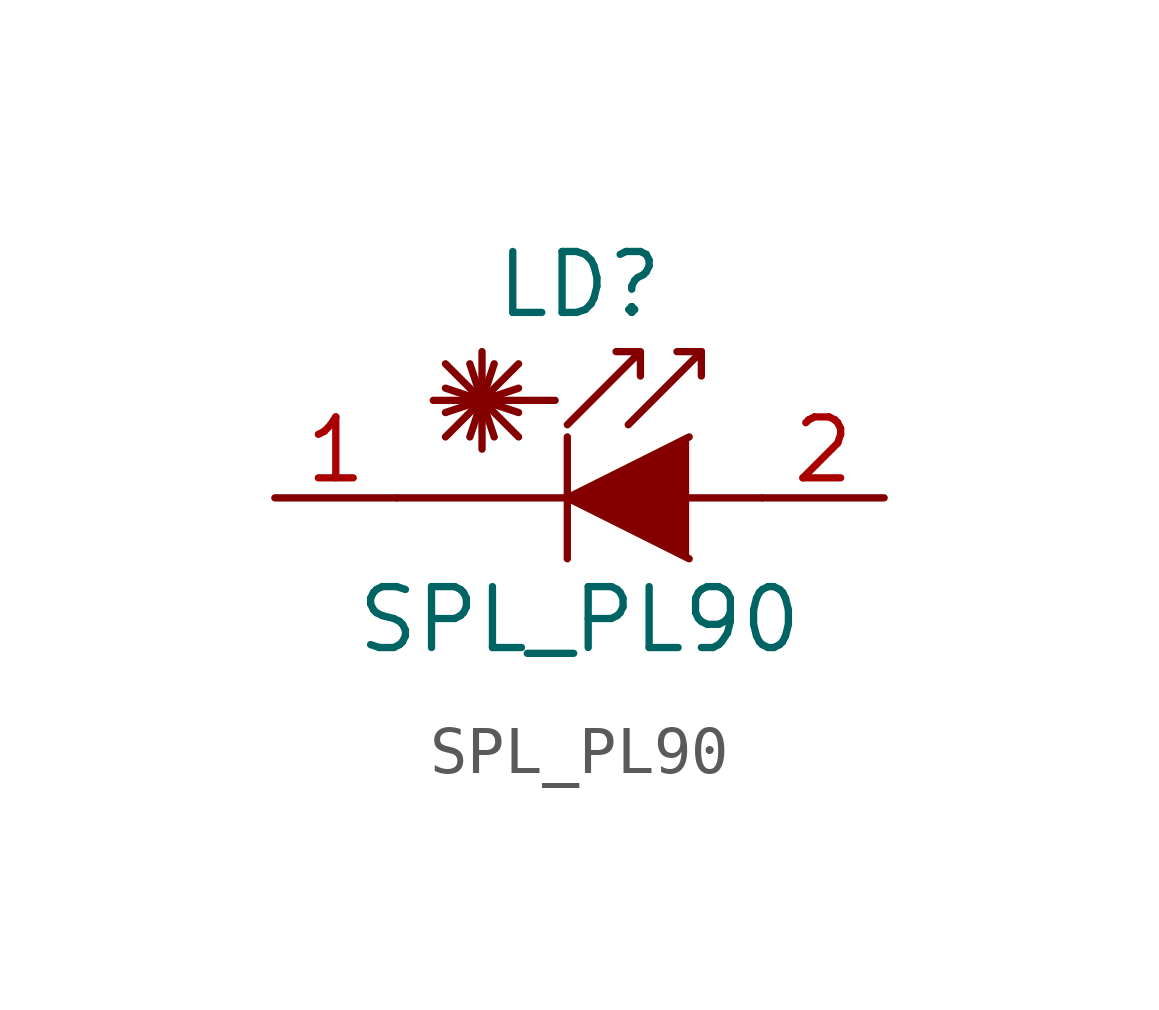
<source format=kicad_sym>
(kicad_symbol_lib
  (version 20220914)
  (generator kicad_symbol_editor)
  (symbol "SPL_PL90"
    (pin_names
      (offset 1.016) hide)
    (property "Reference" "LD"
      (at -1.27 4.445 0)
      (effects (font (size 1.27 1.27))))
    (property "Value" "SPL_PL90"
      (at -1.27 -2.54 0)
      (effects (font (size 1.27 1.27))))
    (symbol "SPL_PL90_0_1"
      (polyline (pts (xy -4.064 1.27) (xy -2.54 2.794)) (stroke (width 0) (type default)) (fill (type none)))
      (polyline (pts (xy -4.064 1.778) (xy -2.54 2.286)) (stroke (width 0) (type default)) (fill (type none)))
      (polyline (pts (xy -4.064 2.286) (xy -2.54 1.778)) (stroke (width 0) (type default)) (fill (type none)))
      (polyline (pts (xy -4.064 2.794) (xy -2.54 1.27)) (stroke (width 0) (type default)) (fill (type none)))
      (polyline (pts (xy -3.556 2.794) (xy -3.048 1.27)) (stroke (width 0) (type default)) (fill (type none)))
      (polyline (pts (xy -3.302 2.032) (xy -3.302 1.016)) (stroke (width 0) (type default)) (fill (type none)))
      (polyline (pts (xy -3.302 2.032) (xy -3.302 3.048)) (stroke (width 0) (type default)) (fill (type none)))
      (polyline (pts (xy -3.048 2.794) (xy -3.556 1.27)) (stroke (width 0) (type default)) (fill (type none)))
      (polyline (pts (xy -1.778 2.032) (xy -4.318 2.032)) (stroke (width 0) (type default)) (fill (type none)))
      (polyline (pts (xy -1.524 1.27) (xy -1.524 -1.27)) (stroke (width 0.152) (type default)) (fill (type none)))
      (polyline (pts (xy 1.27 3.048) (xy 0.762 3.048)) (stroke (width 0) (type default)) (fill (type none)))
      (polyline (pts (xy 2.54 0) (xy -5.08 0)) (stroke (width 0) (type default)) (fill (type none)))
      (polyline (pts (xy -0.254 1.524) (xy 1.27 3.048) (xy 1.27 2.54)) (stroke (width 0) (type default)) (fill (type none)))
      (polyline (pts (xy 1.016 1.27) (xy -1.524 0) (xy 1.016 -1.27)) (stroke (width 0) (type default)) (fill (type outline)))
      (polyline (pts (xy -1.524 1.524) (xy 0 3.048) (xy 0 2.54) (xy 0 3.048) (xy -0.508 3.048)) (stroke (width 0) (type default)) (fill (type none))))
    (symbol "SPL_PL90_1_1"
      (pin passive line (at -7.62 0 0) (length 2.54) (name "C" (effects (font (size 1.27 1.27)))) (number "1" (effects (font (size 1.27 1.27)))))
      (pin passive line (at 5.08 0 180) (length 2.54) (name "A" (effects (font (size 1.27 1.27)))) (number "2" (effects (font (size 1.27 1.27))))))))
</source>
